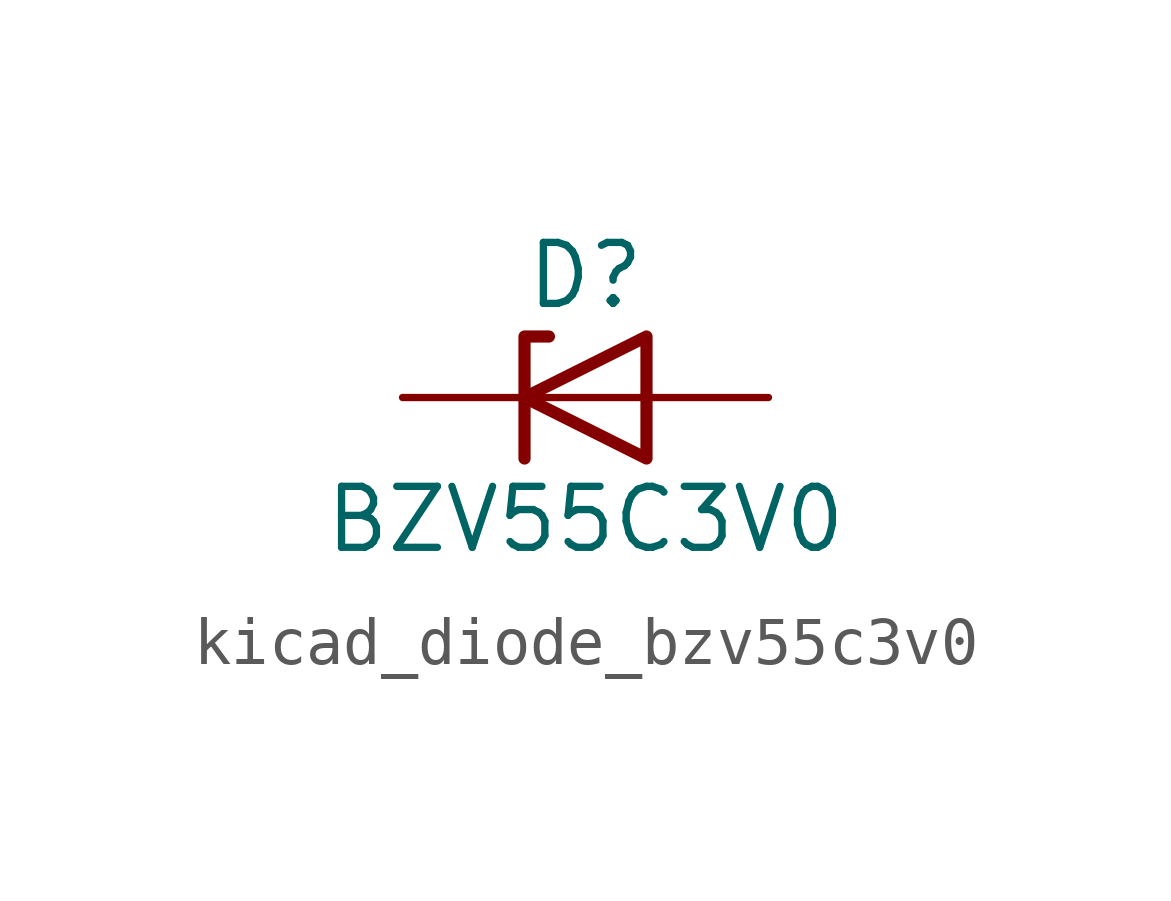
<source format=kicad_sym>
(kicad_symbol_lib
  (version 20220914)
  (generator kicad_symbol_editor)
  (symbol "kicad_diode_bzv55c3v0"
    (pin_numbers hide)
    (pin_names hide)
    (property "Reference" "D"
      (at 0 2.54 0)
      (effects (font (size 1.27 1.27))))
    (property "Value" "BZV55C3V0"
      (at 0 -2.54 0)
      (effects (font (size 1.27 1.27))))
    (symbol "kicad_diode_bzv55c3v0_0_1"
      (polyline (pts (xy 1.27 0) (xy -1.27 0)) (stroke (width 0) (type default)) (fill (type none)))
      (polyline (pts (xy -1.27 -1.27) (xy -1.27 1.27) (xy -0.762 1.27)) (stroke (width 0.254) (type default)) (fill (type none)))
      (polyline (pts (xy 1.27 -1.27) (xy 1.27 1.27) (xy -1.27 0) (xy 1.27 -1.27)) (stroke (width 0.254) (type default)) (fill (type none))))
    (symbol "kicad_diode_bzv55c3v0_1_1"
      (pin passive line (at -3.81 0 0) (length 2.54) (name "K" (effects (font (size 1.27 1.27)))) (number "1" (effects (font (size 1.27 1.27)))))
      (pin passive line (at 3.81 0 180) (length 2.54) (name "A" (effects (font (size 1.27 1.27)))) (number "2" (effects (font (size 1.27 1.27))))))))
</source>
